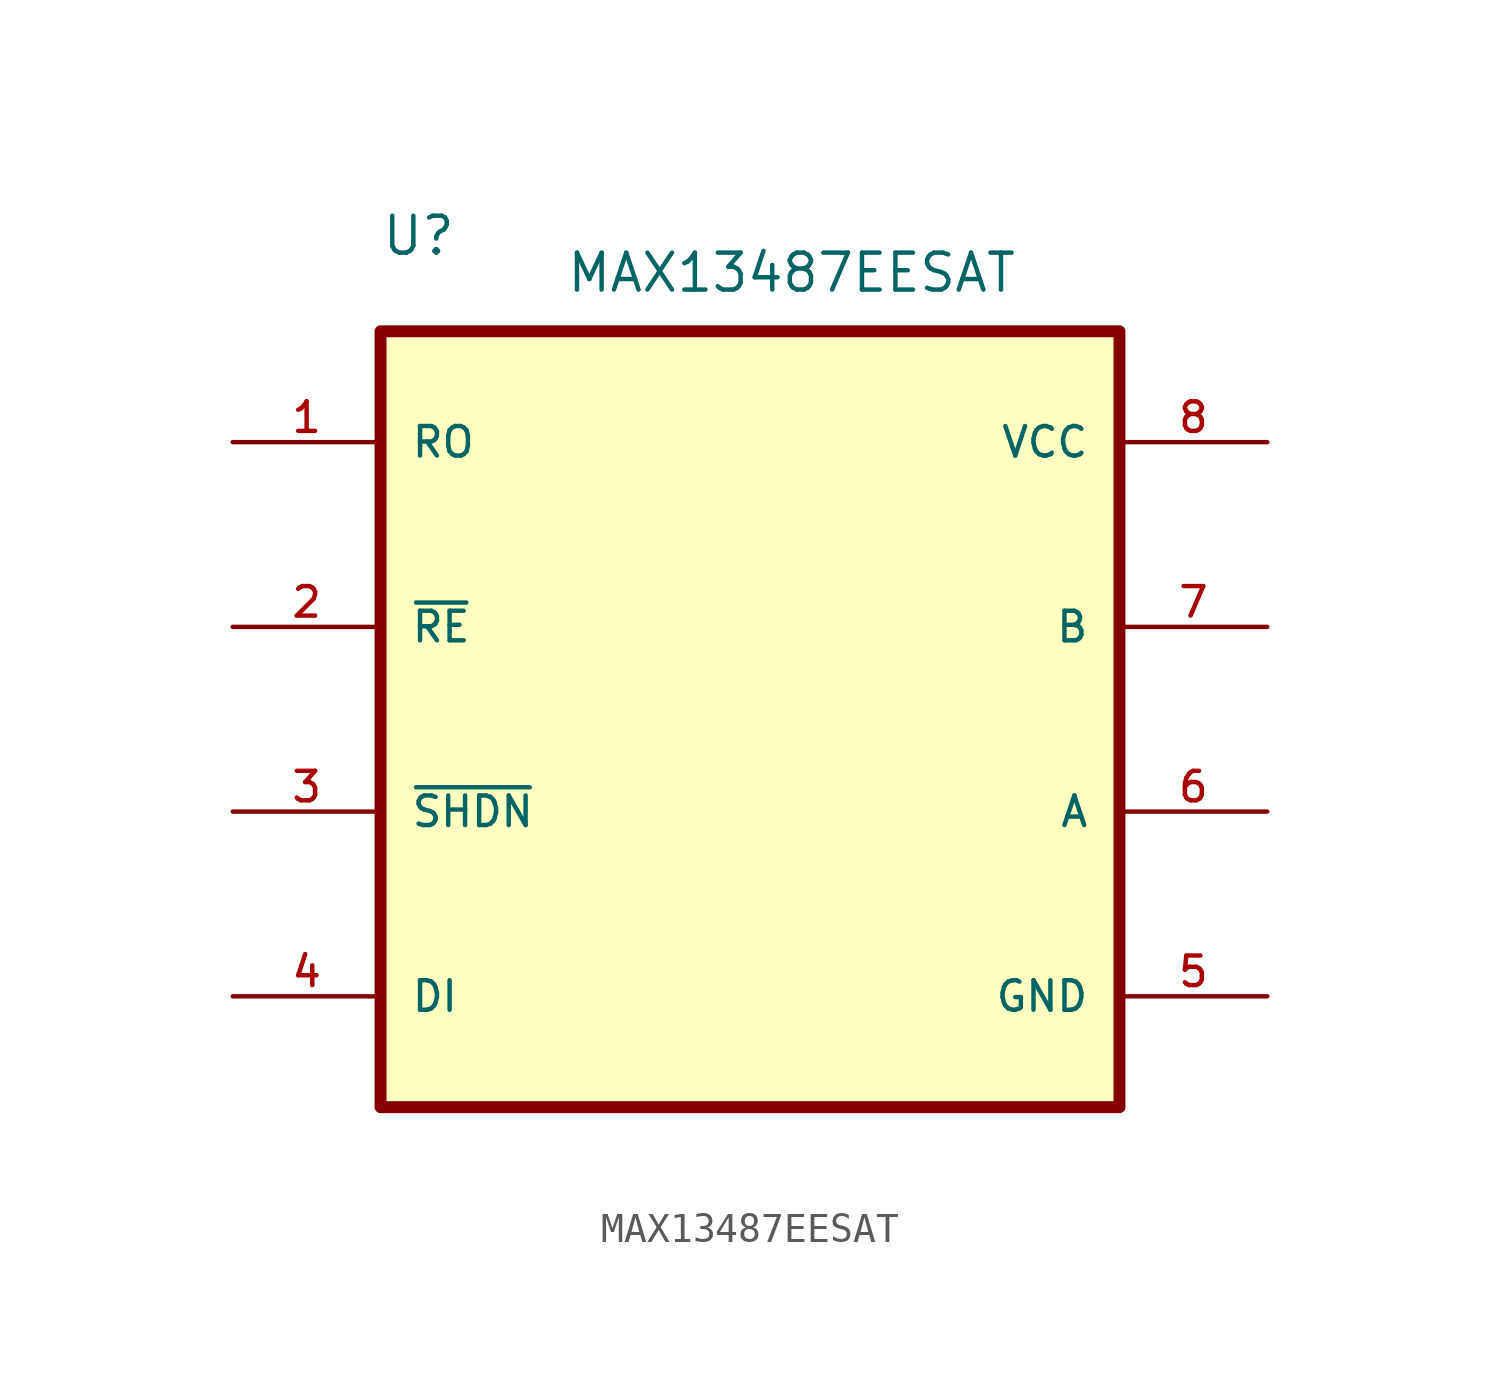
<source format=kicad_sym>
(kicad_symbol_lib
  (version 20220914)
  (generator kicad_symbol_editor)
  (symbol "MAX13487EESAT"
    (pin_names
      (offset 1.016))
    (property "Reference" "U"
      (at -12.7 17.78 0)
      (effects (font (size 1.27 1.27)) (justify left bottom)))
    (property "Value" "MAX13487EESAT"
      (at -6.35 16.51 0)
      (effects (font (size 1.27 1.27)) (justify left bottom)))
    (symbol "MAX13487EESAT_0_0"
      (rectangle (start -12.7 15.24) (end 12.7 -11.43) (stroke (width 0.41) (type default)) (fill (type background)))
      (pin bidirectional line (at -17.78 11.43 0) (length 5.08) (name "RO" (effects (font (size 1.016 1.016)))) (number "1" (effects (font (size 1.016 1.016)))))
      (pin bidirectional line (at -17.78 5.08 0) (length 5.08) (name "~{RE}" (effects (font (size 1.016 1.016)))) (number "2" (effects (font (size 1.016 1.016)))))
      (pin bidirectional line (at -17.78 -1.27 0) (length 5.08) (name "~{SHDN}" (effects (font (size 1.016 1.016)))) (number "3" (effects (font (size 1.016 1.016)))))
      (pin input line (at -17.78 -7.62 0) (length 5.08) (name "DI" (effects (font (size 1.016 1.016)))) (number "4" (effects (font (size 1.016 1.016)))))
      (pin power_in line (at 17.78 -7.62 180) (length 5.08) (name "GND" (effects (font (size 1.016 1.016)))) (number "5" (effects (font (size 1.016 1.016)))))
      (pin bidirectional line (at 17.78 -1.27 180) (length 5.08) (name "A" (effects (font (size 1.016 1.016)))) (number "6" (effects (font (size 1.016 1.016)))))
      (pin bidirectional line (at 17.78 5.08 180) (length 5.08) (name "B" (effects (font (size 1.016 1.016)))) (number "7" (effects (font (size 1.016 1.016)))))
      (pin power_in line (at 17.78 11.43 180) (length 5.08) (name "VCC" (effects (font (size 1.016 1.016)))) (number "8" (effects (font (size 1.016 1.016))))))))
</source>
